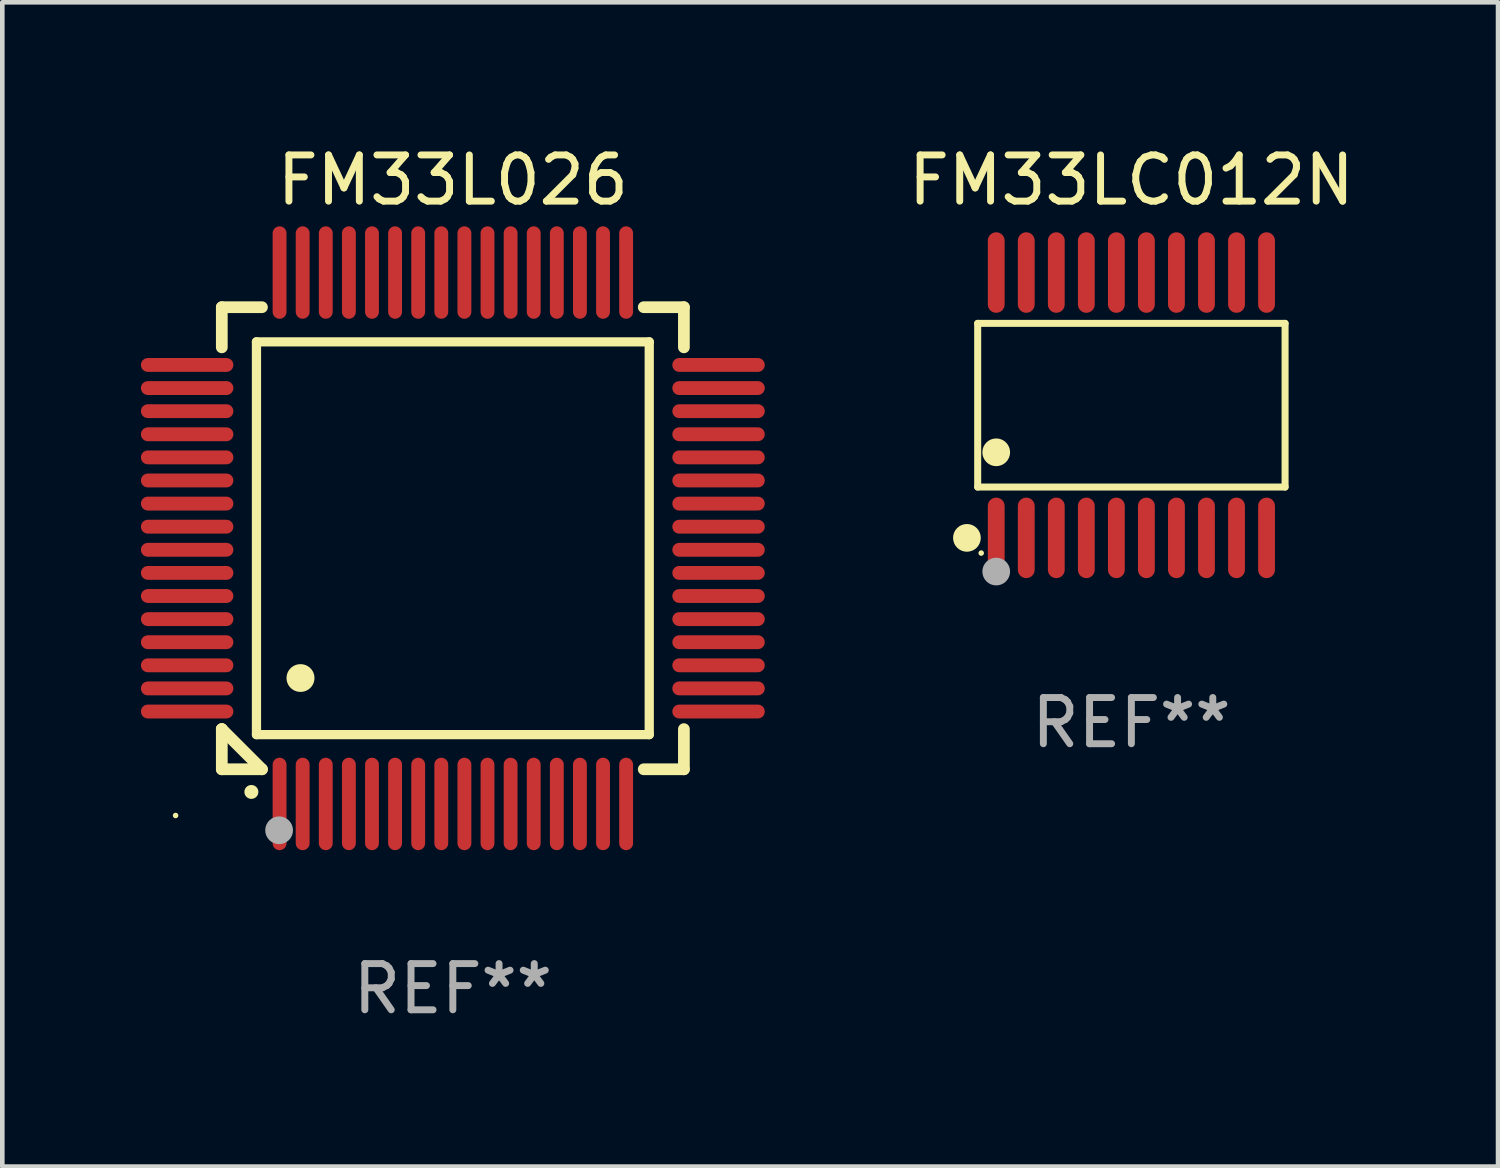
<source format=kicad_pcb>
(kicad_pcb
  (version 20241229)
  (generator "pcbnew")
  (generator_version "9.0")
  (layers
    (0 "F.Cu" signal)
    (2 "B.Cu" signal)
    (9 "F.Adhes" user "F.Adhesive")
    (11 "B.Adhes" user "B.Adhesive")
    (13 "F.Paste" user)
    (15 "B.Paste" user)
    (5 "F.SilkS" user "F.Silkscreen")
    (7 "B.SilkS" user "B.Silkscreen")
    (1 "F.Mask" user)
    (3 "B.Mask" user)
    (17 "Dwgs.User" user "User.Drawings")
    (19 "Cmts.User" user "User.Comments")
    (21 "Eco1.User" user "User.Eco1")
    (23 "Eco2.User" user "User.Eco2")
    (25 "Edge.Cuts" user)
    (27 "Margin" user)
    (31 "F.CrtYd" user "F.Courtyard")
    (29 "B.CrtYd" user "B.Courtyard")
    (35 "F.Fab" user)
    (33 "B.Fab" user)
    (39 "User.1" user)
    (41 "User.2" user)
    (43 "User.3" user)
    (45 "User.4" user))
  (footprint "FM33L026"
    (layer "F.Cu")
    (at 6.75 8.598)
    (property "Reference" "FM33L026" (at 0 -7.75 0) (layer "F.SilkS") (effects (font (size 1 1) (thickness 0.15))))
    (attr through_hole)
    (fp_line (start -5 -5) (end -4.131 -5) (stroke (width 0.254) (type solid)) (layer "F.SilkS"))
    (fp_line (start -5 -4.131) (end -5 -5) (stroke (width 0.254) (type solid)) (layer "F.SilkS"))
    (fp_line (start -5 4.131) (end -5 4.131) (stroke (width 0.254) (type solid)) (layer "F.SilkS"))
    (fp_line (start -5 5) (end -5 4.131) (stroke (width 0.254) (type solid)) (layer "F.SilkS"))
    (fp_line (start -5 4.131) (end -4.131 5) (stroke (width 0.254) (type solid)) (layer "F.SilkS"))
    (fp_line (start -4.25 -4.25) (end -4.25 4.25) (stroke (width 0.2) (type solid)) (layer "F.SilkS"))
    (fp_line (start -4.25 4.25) (end 4.25 4.25) (stroke (width 0.2) (type solid)) (layer "F.SilkS"))
    (fp_line (start -4.131 5) (end -5 5) (stroke (width 0.254) (type solid)) (layer "F.SilkS"))
    (fp_line (start 4.25 -4.25) (end -4.25 -4.25) (stroke (width 0.2) (type solid)) (layer "F.SilkS"))
    (fp_line (start 4.25 4.25) (end 4.25 -4.25) (stroke (width 0.2) (type solid)) (layer "F.SilkS"))
    (fp_line (start 5 -5) (end 4.131 -5) (stroke (width 0.254) (type solid)) (layer "F.SilkS"))
    (fp_line (start 5 -5) (end 5 -4.131) (stroke (width 0.254) (type solid)) (layer "F.SilkS"))
    (fp_line (start 5 4.131) (end 5 5) (stroke (width 0.254) (type solid)) (layer "F.SilkS"))
    (fp_line (start 5 5) (end 4.131 5) (stroke (width 0.254) (type solid)) (layer "F.SilkS"))
    (fp_arc (start -4.361265 5.489992) (mid -4.359995 5.489987) (end -4.358725 5.489992) (stroke (width 0.3) (type solid)) (layer "F.SilkS"))
    (fp_arc (start -3.299467 3.025146) (mid -3.296927 3.025135) (end -3.294387 3.025146) (stroke (width 0.6) (type solid)) (layer "F.SilkS"))
    (fp_circle (center -6 6) (end -5.97 6) (stroke (width 0.06) (type solid)) (fill no) (layer "F.SilkS"))
    (fp_circle (center -3.76 6.32) (end -3.61 6.32) (stroke (width 0.3) (type solid)) (fill no) (layer "F.Fab"))
    (fp_text user "REF**" (at 0 9.75 0) (layer "F.Fab") (effects (font (size 1 1) (thickness 0.15))))
    (pad "1" smd oval (at -3.75 5.75) (size 0.3 2) (layers "F.Cu" "F.Mask" "F.Paste"))
    (pad "2" smd oval (at -3.25 5.75) (size 0.3 2) (layers "F.Cu" "F.Mask" "F.Paste"))
    (pad "3" smd oval (at -2.75 5.75) (size 0.3 2) (layers "F.Cu" "F.Mask" "F.Paste"))
    (pad "4" smd oval (at -2.25 5.75) (size 0.3 2) (layers "F.Cu" "F.Mask" "F.Paste"))
    (pad "5" smd oval (at -1.75 5.75) (size 0.3 2) (layers "F.Cu" "F.Mask" "F.Paste"))
    (pad "6" smd oval (at -1.25 5.75) (size 0.3 2) (layers "F.Cu" "F.Mask" "F.Paste"))
    (pad "7" smd oval (at -0.75 5.75) (size 0.3 2) (layers "F.Cu" "F.Mask" "F.Paste"))
    (pad "8" smd oval (at -0.25 5.75) (size 0.3 2) (layers "F.Cu" "F.Mask" "F.Paste"))
    (pad "9" smd oval (at 0.25 5.75) (size 0.3 2) (layers "F.Cu" "F.Mask" "F.Paste"))
    (pad "10" smd oval (at 0.75 5.75) (size 0.3 2) (layers "F.Cu" "F.Mask" "F.Paste"))
    (pad "11" smd oval (at 1.25 5.75) (size 0.3 2) (layers "F.Cu" "F.Mask" "F.Paste"))
    (pad "12" smd oval (at 1.75 5.75) (size 0.3 2) (layers "F.Cu" "F.Mask" "F.Paste"))
    (pad "13" smd oval (at 2.25 5.75) (size 0.3 2) (layers "F.Cu" "F.Mask" "F.Paste"))
    (pad "14" smd oval (at 2.75 5.75) (size 0.3 2) (layers "F.Cu" "F.Mask" "F.Paste"))
    (pad "15" smd oval (at 3.25 5.75) (size 0.3 2) (layers "F.Cu" "F.Mask" "F.Paste"))
    (pad "16" smd oval (at 3.75 5.75) (size 0.3 2) (layers "F.Cu" "F.Mask" "F.Paste"))
    (pad "17" smd oval (at 5.75 3.75) (size 2 0.3) (layers "F.Cu" "F.Mask" "F.Paste"))
    (pad "18" smd oval (at 5.75 3.25) (size 2 0.3) (layers "F.Cu" "F.Mask" "F.Paste"))
    (pad "19" smd oval (at 5.75 2.75) (size 2 0.3) (layers "F.Cu" "F.Mask" "F.Paste"))
    (pad "20" smd oval (at 5.75 2.25) (size 2 0.3) (layers "F.Cu" "F.Mask" "F.Paste"))
    (pad "21" smd oval (at 5.75 1.75) (size 2 0.3) (layers "F.Cu" "F.Mask" "F.Paste"))
    (pad "22" smd oval (at 5.75 1.25) (size 2 0.3) (layers "F.Cu" "F.Mask" "F.Paste"))
    (pad "23" smd oval (at 5.75 0.75) (size 2 0.3) (layers "F.Cu" "F.Mask" "F.Paste"))
    (pad "24" smd oval (at 5.75 0.25) (size 2 0.3) (layers "F.Cu" "F.Mask" "F.Paste"))
    (pad "25" smd oval (at 5.75 -0.25) (size 2 0.3) (layers "F.Cu" "F.Mask" "F.Paste"))
    (pad "26" smd oval (at 5.75 -0.75) (size 2 0.3) (layers "F.Cu" "F.Mask" "F.Paste"))
    (pad "27" smd oval (at 5.75 -1.25) (size 2 0.3) (layers "F.Cu" "F.Mask" "F.Paste"))
    (pad "28" smd oval (at 5.75 -1.75) (size 2 0.3) (layers "F.Cu" "F.Mask" "F.Paste"))
    (pad "29" smd oval (at 5.75 -2.25) (size 2 0.3) (layers "F.Cu" "F.Mask" "F.Paste"))
    (pad "30" smd oval (at 5.75 -2.75) (size 2 0.3) (layers "F.Cu" "F.Mask" "F.Paste"))
    (pad "31" smd oval (at 5.75 -3.25) (size 2 0.3) (layers "F.Cu" "F.Mask" "F.Paste"))
    (pad "32" smd oval (at 5.75 -3.75) (size 2 0.3) (layers "F.Cu" "F.Mask" "F.Paste"))
    (pad "33" smd oval (at 3.75 -5.75) (size 0.3 2) (layers "F.Cu" "F.Mask" "F.Paste"))
    (pad "34" smd oval (at 3.25 -5.75) (size 0.3 2) (layers "F.Cu" "F.Mask" "F.Paste"))
    (pad "35" smd oval (at 2.75 -5.75) (size 0.3 2) (layers "F.Cu" "F.Mask" "F.Paste"))
    (pad "36" smd oval (at 2.25 -5.75) (size 0.3 2) (layers "F.Cu" "F.Mask" "F.Paste"))
    (pad "37" smd oval (at 1.75 -5.75) (size 0.3 2) (layers "F.Cu" "F.Mask" "F.Paste"))
    (pad "38" smd oval (at 1.25 -5.75) (size 0.3 2) (layers "F.Cu" "F.Mask" "F.Paste"))
    (pad "39" smd oval (at 0.75 -5.75) (size 0.3 2) (layers "F.Cu" "F.Mask" "F.Paste"))
    (pad "40" smd oval (at 0.25 -5.75) (size 0.3 2) (layers "F.Cu" "F.Mask" "F.Paste"))
    (pad "41" smd oval (at -0.25 -5.75) (size 0.3 2) (layers "F.Cu" "F.Mask" "F.Paste"))
    (pad "42" smd oval (at -0.75 -5.75) (size 0.3 2) (layers "F.Cu" "F.Mask" "F.Paste"))
    (pad "43" smd oval (at -1.25 -5.75) (size 0.3 2) (layers "F.Cu" "F.Mask" "F.Paste"))
    (pad "44" smd oval (at -1.75 -5.75) (size 0.3 2) (layers "F.Cu" "F.Mask" "F.Paste"))
    (pad "45" smd oval (at -2.25 -5.75) (size 0.3 2) (layers "F.Cu" "F.Mask" "F.Paste"))
    (pad "46" smd oval (at -2.75 -5.75) (size 0.3 2) (layers "F.Cu" "F.Mask" "F.Paste"))
    (pad "47" smd oval (at -3.25 -5.75) (size 0.3 2) (layers "F.Cu" "F.Mask" "F.Paste"))
    (pad "48" smd oval (at -3.75 -5.75) (size 0.3 2) (layers "F.Cu" "F.Mask" "F.Paste"))
    (pad "49" smd oval (at -5.75 -3.75) (size 2 0.3) (layers "F.Cu" "F.Mask" "F.Paste"))
    (pad "50" smd oval (at -5.75 -3.25) (size 2 0.3) (layers "F.Cu" "F.Mask" "F.Paste"))
    (pad "51" smd oval (at -5.75 -2.75) (size 2 0.3) (layers "F.Cu" "F.Mask" "F.Paste"))
    (pad "52" smd oval (at -5.75 -2.25) (size 2 0.3) (layers "F.Cu" "F.Mask" "F.Paste"))
    (pad "53" smd oval (at -5.75 -1.75) (size 2 0.3) (layers "F.Cu" "F.Mask" "F.Paste"))
    (pad "54" smd oval (at -5.75 -1.25) (size 2 0.3) (layers "F.Cu" "F.Mask" "F.Paste"))
    (pad "55" smd oval (at -5.75 -0.75) (size 2 0.3) (layers "F.Cu" "F.Mask" "F.Paste"))
    (pad "56" smd oval (at -5.75 -0.25) (size 2 0.3) (layers "F.Cu" "F.Mask" "F.Paste"))
    (pad "57" smd oval (at -5.75 0.25) (size 2 0.3) (layers "F.Cu" "F.Mask" "F.Paste"))
    (pad "58" smd oval (at -5.75 0.75) (size 2 0.3) (layers "F.Cu" "F.Mask" "F.Paste"))
    (pad "59" smd oval (at -5.75 1.25) (size 2 0.3) (layers "F.Cu" "F.Mask" "F.Paste"))
    (pad "60" smd oval (at -5.75 1.75) (size 2 0.3) (layers "F.Cu" "F.Mask" "F.Paste"))
    (pad "61" smd oval (at -5.75 2.25) (size 2 0.3) (layers "F.Cu" "F.Mask" "F.Paste"))
    (pad "62" smd oval (at -5.75 2.75) (size 2 0.3) (layers "F.Cu" "F.Mask" "F.Paste"))
    (pad "63" smd oval (at -5.75 3.25) (size 2 0.3) (layers "F.Cu" "F.Mask" "F.Paste"))
    (pad "64" smd oval (at -5.75 3.75) (size 2 0.3) (layers "F.Cu" "F.Mask" "F.Paste")))
  (footprint "FM33LC012N"
    (layer "F.Cu")
    (at 21.434 5.719)
    (property "Reference" "FM33LC012N" (at 0 -4.871 0) (layer "F.SilkS") (effects (font (size 1 1) (thickness 0.15))))
    (attr through_hole)
    (fp_line (start -3.326 -1.771) (end 3.326 -1.771) (stroke (width 0.152) (type solid)) (layer "F.SilkS"))
    (fp_line (start -3.326 1.771) (end -3.326 -1.771) (stroke (width 0.152) (type solid)) (layer "F.SilkS"))
    (fp_line (start 3.326 -1.771) (end 3.326 1.771) (stroke (width 0.152) (type solid)) (layer "F.SilkS"))
    (fp_line (start 3.326 1.771) (end -3.326 1.771) (stroke (width 0.152) (type solid)) (layer "F.SilkS"))
    (fp_circle (center -3.559 2.871) (end -3.409 2.871) (stroke (width 0.3) (type solid)) (fill no) (layer "F.SilkS"))
    (fp_circle (center -3.25 3.2) (end -3.22 3.2) (stroke (width 0.06) (type solid)) (fill no) (layer "F.SilkS"))
    (fp_circle (center -2.925 1.019) (end -2.775 1.019) (stroke (width 0.3) (type solid)) (fill no) (layer "F.SilkS"))
    (fp_circle (center -2.925 3.6) (end -2.775 3.6) (stroke (width 0.3) (type solid)) (fill no) (layer "F.Fab"))
    (fp_text user "REF**" (at 0 6.871 0) (layer "F.Fab") (effects (font (size 1 1) (thickness 0.15))))
    (pad "1" smd oval (at -2.925 2.871) (size 0.364 1.742) (layers "F.Cu" "F.Mask" "F.Paste"))
    (pad "2" smd oval (at -2.275 2.871) (size 0.364 1.742) (layers "F.Cu" "F.Mask" "F.Paste"))
    (pad "3" smd oval (at -1.625 2.871) (size 0.364 1.742) (layers "F.Cu" "F.Mask" "F.Paste"))
    (pad "4" smd oval (at -0.975 2.871) (size 0.364 1.742) (layers "F.Cu" "F.Mask" "F.Paste"))
    (pad "5" smd oval (at -0.325 2.871) (size 0.364 1.742) (layers "F.Cu" "F.Mask" "F.Paste"))
    (pad "6" smd oval (at 0.325 2.871) (size 0.364 1.742) (layers "F.Cu" "F.Mask" "F.Paste"))
    (pad "7" smd oval (at 0.975 2.871) (size 0.364 1.742) (layers "F.Cu" "F.Mask" "F.Paste"))
    (pad "8" smd oval (at 1.625 2.871) (size 0.364 1.742) (layers "F.Cu" "F.Mask" "F.Paste"))
    (pad "9" smd oval (at 2.275 2.871) (size 0.364 1.742) (layers "F.Cu" "F.Mask" "F.Paste"))
    (pad "10" smd oval (at 2.925 2.871) (size 0.364 1.742) (layers "F.Cu" "F.Mask" "F.Paste"))
    (pad "11" smd oval (at 2.925 -2.871) (size 0.364 1.742) (layers "F.Cu" "F.Mask" "F.Paste"))
    (pad "12" smd oval (at 2.275 -2.871) (size 0.364 1.742) (layers "F.Cu" "F.Mask" "F.Paste"))
    (pad "13" smd oval (at 1.625 -2.871) (size 0.364 1.742) (layers "F.Cu" "F.Mask" "F.Paste"))
    (pad "14" smd oval (at 0.975 -2.871) (size 0.364 1.742) (layers "F.Cu" "F.Mask" "F.Paste"))
    (pad "15" smd oval (at 0.325 -2.871) (size 0.364 1.742) (layers "F.Cu" "F.Mask" "F.Paste"))
    (pad "16" smd oval (at -0.325 -2.871) (size 0.364 1.742) (layers "F.Cu" "F.Mask" "F.Paste"))
    (pad "17" smd oval (at -0.975 -2.871) (size 0.364 1.742) (layers "F.Cu" "F.Mask" "F.Paste"))
    (pad "18" smd oval (at -1.625 -2.871) (size 0.364 1.742) (layers "F.Cu" "F.Mask" "F.Paste"))
    (pad "19" smd oval (at -2.275 -2.871) (size 0.364 1.742) (layers "F.Cu" "F.Mask" "F.Paste"))
    (pad "20" smd oval (at -2.925 -2.871) (size 0.364 1.742) (layers "F.Cu" "F.Mask" "F.Paste")))
  (gr_rect
    (start -3 -3)
    (end 29.369 22.196)
    (stroke (width 0.1) (type default))
    (fill no)
    (layer "Edge.Cuts")))
</source>
